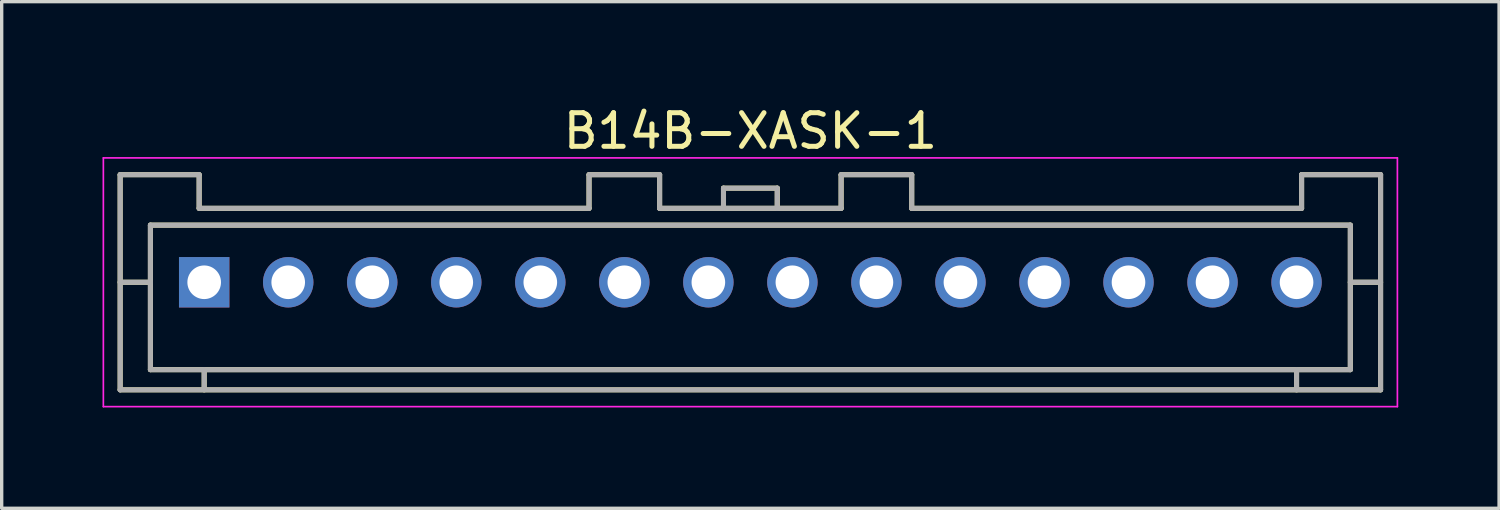
<source format=kicad_pcb>
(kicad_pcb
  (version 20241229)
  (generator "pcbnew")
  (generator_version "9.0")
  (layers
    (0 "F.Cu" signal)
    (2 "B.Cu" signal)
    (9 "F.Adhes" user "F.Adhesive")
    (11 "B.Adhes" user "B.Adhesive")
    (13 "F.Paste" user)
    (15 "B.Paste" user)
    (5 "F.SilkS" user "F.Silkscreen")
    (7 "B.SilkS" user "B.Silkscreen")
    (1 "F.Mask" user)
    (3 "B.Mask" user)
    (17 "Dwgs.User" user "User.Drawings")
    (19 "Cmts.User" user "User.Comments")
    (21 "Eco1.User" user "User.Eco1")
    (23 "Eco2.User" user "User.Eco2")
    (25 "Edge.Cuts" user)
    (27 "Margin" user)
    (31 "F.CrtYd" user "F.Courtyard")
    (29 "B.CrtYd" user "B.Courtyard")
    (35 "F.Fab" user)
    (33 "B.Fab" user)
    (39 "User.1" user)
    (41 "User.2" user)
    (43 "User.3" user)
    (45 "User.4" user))
  (footprint "B14B-XASK-1"
    (layer "F.Cu")
    (at 19.275 5.348)
    (property "Reference" "B14B-XASK-1" (at 0 -4.5 0) (layer "F.SilkS") (effects (font (size 1 1) (thickness 0.15))))
    (attr smd)
    (fp_line (start -18.75 -3.2) (end -18.75 3.2) (stroke (width 0.15) (type solid)) (layer "F.SilkS"))
    (fp_line (start -18.75 -3.2) (end -16.4 -3.2) (stroke (width 0.15) (type solid)) (layer "F.SilkS"))
    (fp_line (start -18.75 0) (end -17.85 0) (stroke (width 0.15) (type solid)) (layer "F.SilkS"))
    (fp_line (start -18.75 3.2) (end 18.75 3.2) (stroke (width 0.15) (type solid)) (layer "F.SilkS"))
    (fp_line (start -17.85 -1.7) (end -17.85 2.6) (stroke (width 0.15) (type solid)) (layer "F.SilkS"))
    (fp_line (start -17.85 -1.7) (end 17.85 -1.7) (stroke (width 0.15) (type solid)) (layer "F.SilkS"))
    (fp_line (start -17.85 2.6) (end 17.85 2.6) (stroke (width 0.15) (type solid)) (layer "F.SilkS"))
    (fp_line (start -16.4 -3.2) (end -16.4 -2.2) (stroke (width 0.15) (type solid)) (layer "F.SilkS"))
    (fp_line (start -16.4 -2.2) (end -4.8 -2.2) (stroke (width 0.15) (type solid)) (layer "F.SilkS"))
    (fp_line (start -16.25 2.6) (end -16.25 3.2) (stroke (width 0.15) (type solid)) (layer "F.SilkS"))
    (fp_line (start -4.8 -3.2) (end -4.8 -2.2) (stroke (width 0.15) (type solid)) (layer "F.SilkS"))
    (fp_line (start -4.8 -3.2) (end -2.7 -3.2) (stroke (width 0.15) (type solid)) (layer "F.SilkS"))
    (fp_line (start -2.7 -3.2) (end -2.7 -2.2) (stroke (width 0.15) (type solid)) (layer "F.SilkS"))
    (fp_line (start -2.7 -2.2) (end 2.7 -2.2) (stroke (width 0.15) (type solid)) (layer "F.SilkS"))
    (fp_line (start -0.8 -2.8) (end -0.8 -2.2) (stroke (width 0.15) (type solid)) (layer "F.SilkS"))
    (fp_line (start -0.8 -2.8) (end 0.8 -2.8) (stroke (width 0.15) (type solid)) (layer "F.SilkS"))
    (fp_line (start 0.8 -2.8) (end 0.8 -2.2) (stroke (width 0.15) (type solid)) (layer "F.SilkS"))
    (fp_line (start 2.7 -3.2) (end 2.7 -2.2) (stroke (width 0.15) (type solid)) (layer "F.SilkS"))
    (fp_line (start 2.7 -3.2) (end 4.8 -3.2) (stroke (width 0.15) (type solid)) (layer "F.SilkS"))
    (fp_line (start 4.8 -3.2) (end 4.8 -2.2) (stroke (width 0.15) (type solid)) (layer "F.SilkS"))
    (fp_line (start 4.8 -2.2) (end 16.4 -2.2) (stroke (width 0.15) (type solid)) (layer "F.SilkS"))
    (fp_line (start 16.25 2.6) (end 16.25 3.2) (stroke (width 0.15) (type solid)) (layer "F.SilkS"))
    (fp_line (start 16.4 -3.2) (end 16.4 -2.2) (stroke (width 0.15) (type solid)) (layer "F.SilkS"))
    (fp_line (start 16.4 -3.2) (end 18.75 -3.2) (stroke (width 0.15) (type solid)) (layer "F.SilkS"))
    (fp_line (start 17.85 -1.7) (end 17.85 2.6) (stroke (width 0.15) (type solid)) (layer "F.SilkS"))
    (fp_line (start 17.85 0) (end 18.75 0) (stroke (width 0.15) (type solid)) (layer "F.SilkS"))
    (fp_line (start 18.75 -3.2) (end 18.75 3.2) (stroke (width 0.15) (type solid)) (layer "F.SilkS"))
    (fp_line (start -19.25 -3.7) (end -19.25 3.7) (stroke (width 0.05) (type solid)) (layer "F.CrtYd"))
    (fp_line (start -19.25 -3.7) (end 19.25 -3.7) (stroke (width 0.05) (type solid)) (layer "F.CrtYd"))
    (fp_line (start -19.25 3.7) (end 19.25 3.7) (stroke (width 0.05) (type solid)) (layer "F.CrtYd"))
    (fp_line (start 19.25 -3.7) (end 19.25 3.7) (stroke (width 0.05) (type solid)) (layer "F.CrtYd"))
    (fp_line (start -18.75 -3.2) (end -18.75 3.2) (stroke (width 0.15) (type solid)) (layer "F.Fab"))
    (fp_line (start -18.75 -3.2) (end -16.4 -3.2) (stroke (width 0.15) (type solid)) (layer "F.Fab"))
    (fp_line (start -18.75 0) (end -17.85 0) (stroke (width 0.15) (type solid)) (layer "F.Fab"))
    (fp_line (start -18.75 3.2) (end 18.75 3.2) (stroke (width 0.15) (type solid)) (layer "F.Fab"))
    (fp_line (start -17.85 -1.7) (end -17.85 2.6) (stroke (width 0.15) (type solid)) (layer "F.Fab"))
    (fp_line (start -17.85 -1.7) (end 17.85 -1.7) (stroke (width 0.15) (type solid)) (layer "F.Fab"))
    (fp_line (start -17.85 2.6) (end 17.85 2.6) (stroke (width 0.15) (type solid)) (layer "F.Fab"))
    (fp_line (start -16.4 -3.2) (end -16.4 -2.2) (stroke (width 0.15) (type solid)) (layer "F.Fab"))
    (fp_line (start -16.4 -2.2) (end -4.8 -2.2) (stroke (width 0.15) (type solid)) (layer "F.Fab"))
    (fp_line (start -16.25 2.6) (end -16.25 3.2) (stroke (width 0.15) (type solid)) (layer "F.Fab"))
    (fp_line (start -4.8 -3.2) (end -4.8 -2.2) (stroke (width 0.15) (type solid)) (layer "F.Fab"))
    (fp_line (start -4.8 -3.2) (end -2.7 -3.2) (stroke (width 0.15) (type solid)) (layer "F.Fab"))
    (fp_line (start -2.7 -3.2) (end -2.7 -2.2) (stroke (width 0.15) (type solid)) (layer "F.Fab"))
    (fp_line (start -2.7 -2.2) (end 2.7 -2.2) (stroke (width 0.15) (type solid)) (layer "F.Fab"))
    (fp_line (start -0.8 -2.8) (end -0.8 -2.2) (stroke (width 0.15) (type solid)) (layer "F.Fab"))
    (fp_line (start -0.8 -2.8) (end 0.8 -2.8) (stroke (width 0.15) (type solid)) (layer "F.Fab"))
    (fp_line (start 0.8 -2.8) (end 0.8 -2.2) (stroke (width 0.15) (type solid)) (layer "F.Fab"))
    (fp_line (start 2.7 -3.2) (end 2.7 -2.2) (stroke (width 0.15) (type solid)) (layer "F.Fab"))
    (fp_line (start 2.7 -3.2) (end 4.8 -3.2) (stroke (width 0.15) (type solid)) (layer "F.Fab"))
    (fp_line (start 4.8 -3.2) (end 4.8 -2.2) (stroke (width 0.15) (type solid)) (layer "F.Fab"))
    (fp_line (start 4.8 -2.2) (end 16.4 -2.2) (stroke (width 0.15) (type solid)) (layer "F.Fab"))
    (fp_line (start 16.25 2.6) (end 16.25 3.2) (stroke (width 0.15) (type solid)) (layer "F.Fab"))
    (fp_line (start 16.4 -3.2) (end 16.4 -2.2) (stroke (width 0.15) (type solid)) (layer "F.Fab"))
    (fp_line (start 16.4 -3.2) (end 18.75 -3.2) (stroke (width 0.15) (type solid)) (layer "F.Fab"))
    (fp_line (start 17.85 -1.7) (end 17.85 2.6) (stroke (width 0.15) (type solid)) (layer "F.Fab"))
    (fp_line (start 17.85 0) (end 18.75 0) (stroke (width 0.15) (type solid)) (layer "F.Fab"))
    (fp_line (start 18.75 -3.2) (end 18.75 3.2) (stroke (width 0.15) (type solid)) (layer "F.Fab"))
    (pad "1" thru_hole rect (at -16.25 0) (size 1.5 1.5) (drill 1) (layers "*.Cu" "*.Mask"))
    (pad "2" thru_hole circle (at -13.75 0) (size 1.5 1.5) (drill 1) (layers "*.Cu" "*.Mask"))
    (pad "3" thru_hole circle (at -11.25 0) (size 1.5 1.5) (drill 1) (layers "*.Cu" "*.Mask"))
    (pad "4" thru_hole circle (at -8.75 0) (size 1.5 1.5) (drill 1) (layers "*.Cu" "*.Mask"))
    (pad "5" thru_hole circle (at -6.25 0) (size 1.5 1.5) (drill 1) (layers "*.Cu" "*.Mask"))
    (pad "6" thru_hole circle (at -3.75 0) (size 1.5 1.5) (drill 1) (layers "*.Cu" "*.Mask"))
    (pad "7" thru_hole circle (at -1.25 0) (size 1.5 1.5) (drill 1) (layers "*.Cu" "*.Mask"))
    (pad "8" thru_hole circle (at 1.25 0) (size 1.5 1.5) (drill 1) (layers "*.Cu" "*.Mask"))
    (pad "9" thru_hole circle (at 3.75 0) (size 1.5 1.5) (drill 1) (layers "*.Cu" "*.Mask"))
    (pad "10" thru_hole circle (at 6.25 0) (size 1.5 1.5) (drill 1) (layers "*.Cu" "*.Mask"))
    (pad "11" thru_hole circle (at 8.75 0) (size 1.5 1.5) (drill 1) (layers "*.Cu" "*.Mask"))
    (pad "12" thru_hole circle (at 11.25 0) (size 1.5 1.5) (drill 1) (layers "*.Cu" "*.Mask"))
    (pad "13" thru_hole circle (at 13.75 0) (size 1.5 1.5) (drill 1) (layers "*.Cu" "*.Mask"))
    (pad "14" thru_hole circle (at 16.25 0) (size 1.5 1.5) (drill 1) (layers "*.Cu" "*.Mask")))
  (gr_rect
    (start -3 -3)
    (end 41.55 12.073)
    (stroke (width 0.1) (type default))
    (fill no)
    (layer "Edge.Cuts")))
</source>
